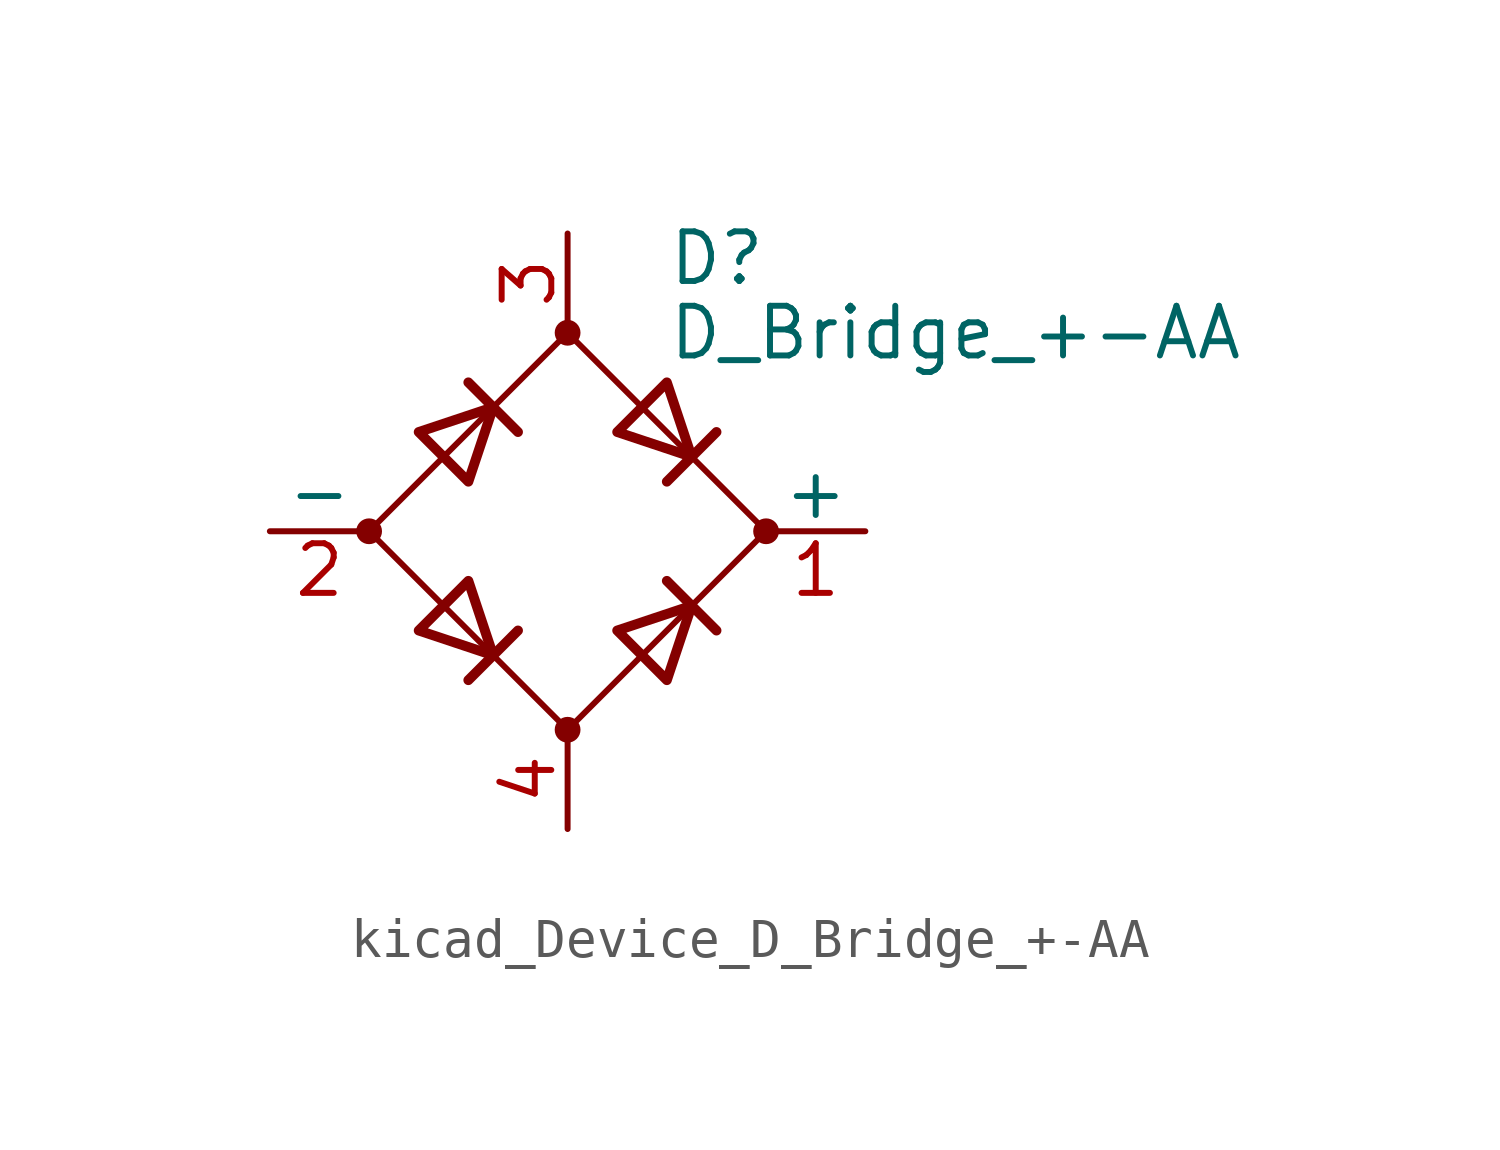
<source format=kicad_sym>
(kicad_symbol_lib
  (version 20220914)
  (generator kicad_symbol_editor)
  (symbol "kicad_Device_D_Bridge_+-AA"
    (pin_names
      (offset 0))
    (property "Reference" "D"
      (at 2.54 6.985 0)
      (effects (font (size 1.27 1.27)) (justify left)))
    (property "Value" "D_Bridge_+-AA"
      (at 2.54 5.08 0)
      (effects (font (size 1.27 1.27)) (justify left)))
    (symbol "kicad_Device_D_Bridge_+-AA_0_1"
      (circle (center -5.08 0) (radius 0.254) (stroke (width 0) (type default)) (fill (type outline)))
      (circle (center 0 -5.08) (radius 0.254) (stroke (width 0) (type default)) (fill (type outline)))
      (polyline (pts (xy -2.54 3.81) (xy -1.27 2.54)) (stroke (width 0.254) (type default)) (fill (type none)))
      (polyline (pts (xy -1.27 -2.54) (xy -2.54 -3.81)) (stroke (width 0.254) (type default)) (fill (type none)))
      (polyline (pts (xy 2.54 -1.27) (xy 3.81 -2.54)) (stroke (width 0.254) (type default)) (fill (type none)))
      (polyline (pts (xy 2.54 1.27) (xy 3.81 2.54)) (stroke (width 0.254) (type default)) (fill (type none)))
      (polyline (pts (xy -3.81 2.54) (xy -2.54 1.27) (xy -1.905 3.175) (xy -3.81 2.54)) (stroke (width 0.254) (type default)) (fill (type none)))
      (polyline (pts (xy -2.54 -1.27) (xy -3.81 -2.54) (xy -1.905 -3.175) (xy -2.54 -1.27)) (stroke (width 0.254) (type default)) (fill (type none)))
      (polyline (pts (xy 1.27 2.54) (xy 2.54 3.81) (xy 3.175 1.905) (xy 1.27 2.54)) (stroke (width 0.254) (type default)) (fill (type none)))
      (polyline (pts (xy 3.175 -1.905) (xy 1.27 -2.54) (xy 2.54 -3.81) (xy 3.175 -1.905)) (stroke (width 0.254) (type default)) (fill (type none)))
      (polyline (pts (xy -5.08 0) (xy 0 -5.08) (xy 5.08 0) (xy 0 5.08) (xy -5.08 0)) (stroke (width 0) (type default)) (fill (type none)))
      (circle (center 0 5.08) (radius 0.254) (stroke (width 0) (type default)) (fill (type outline)))
      (circle (center 5.08 0) (radius 0.254) (stroke (width 0) (type default)) (fill (type outline))))
    (symbol "kicad_Device_D_Bridge_+-AA_1_1"
      (pin passive line (at 7.62 0 180) (length 2.54) (name "+" (effects (font (size 1.27 1.27)))) (number "1" (effects (font (size 1.27 1.27)))))
      (pin passive line (at -7.62 0 0) (length 2.54) (name "-" (effects (font (size 1.27 1.27)))) (number "2" (effects (font (size 1.27 1.27)))))
      (pin passive line (at 0 7.62 270) (length 2.54) (name "~" (effects (font (size 1.27 1.27)))) (number "3" (effects (font (size 1.27 1.27)))))
      (pin passive line (at 0 -7.62 90) (length 2.54) (name "~" (effects (font (size 1.27 1.27)))) (number "4" (effects (font (size 1.27 1.27))))))))
</source>
